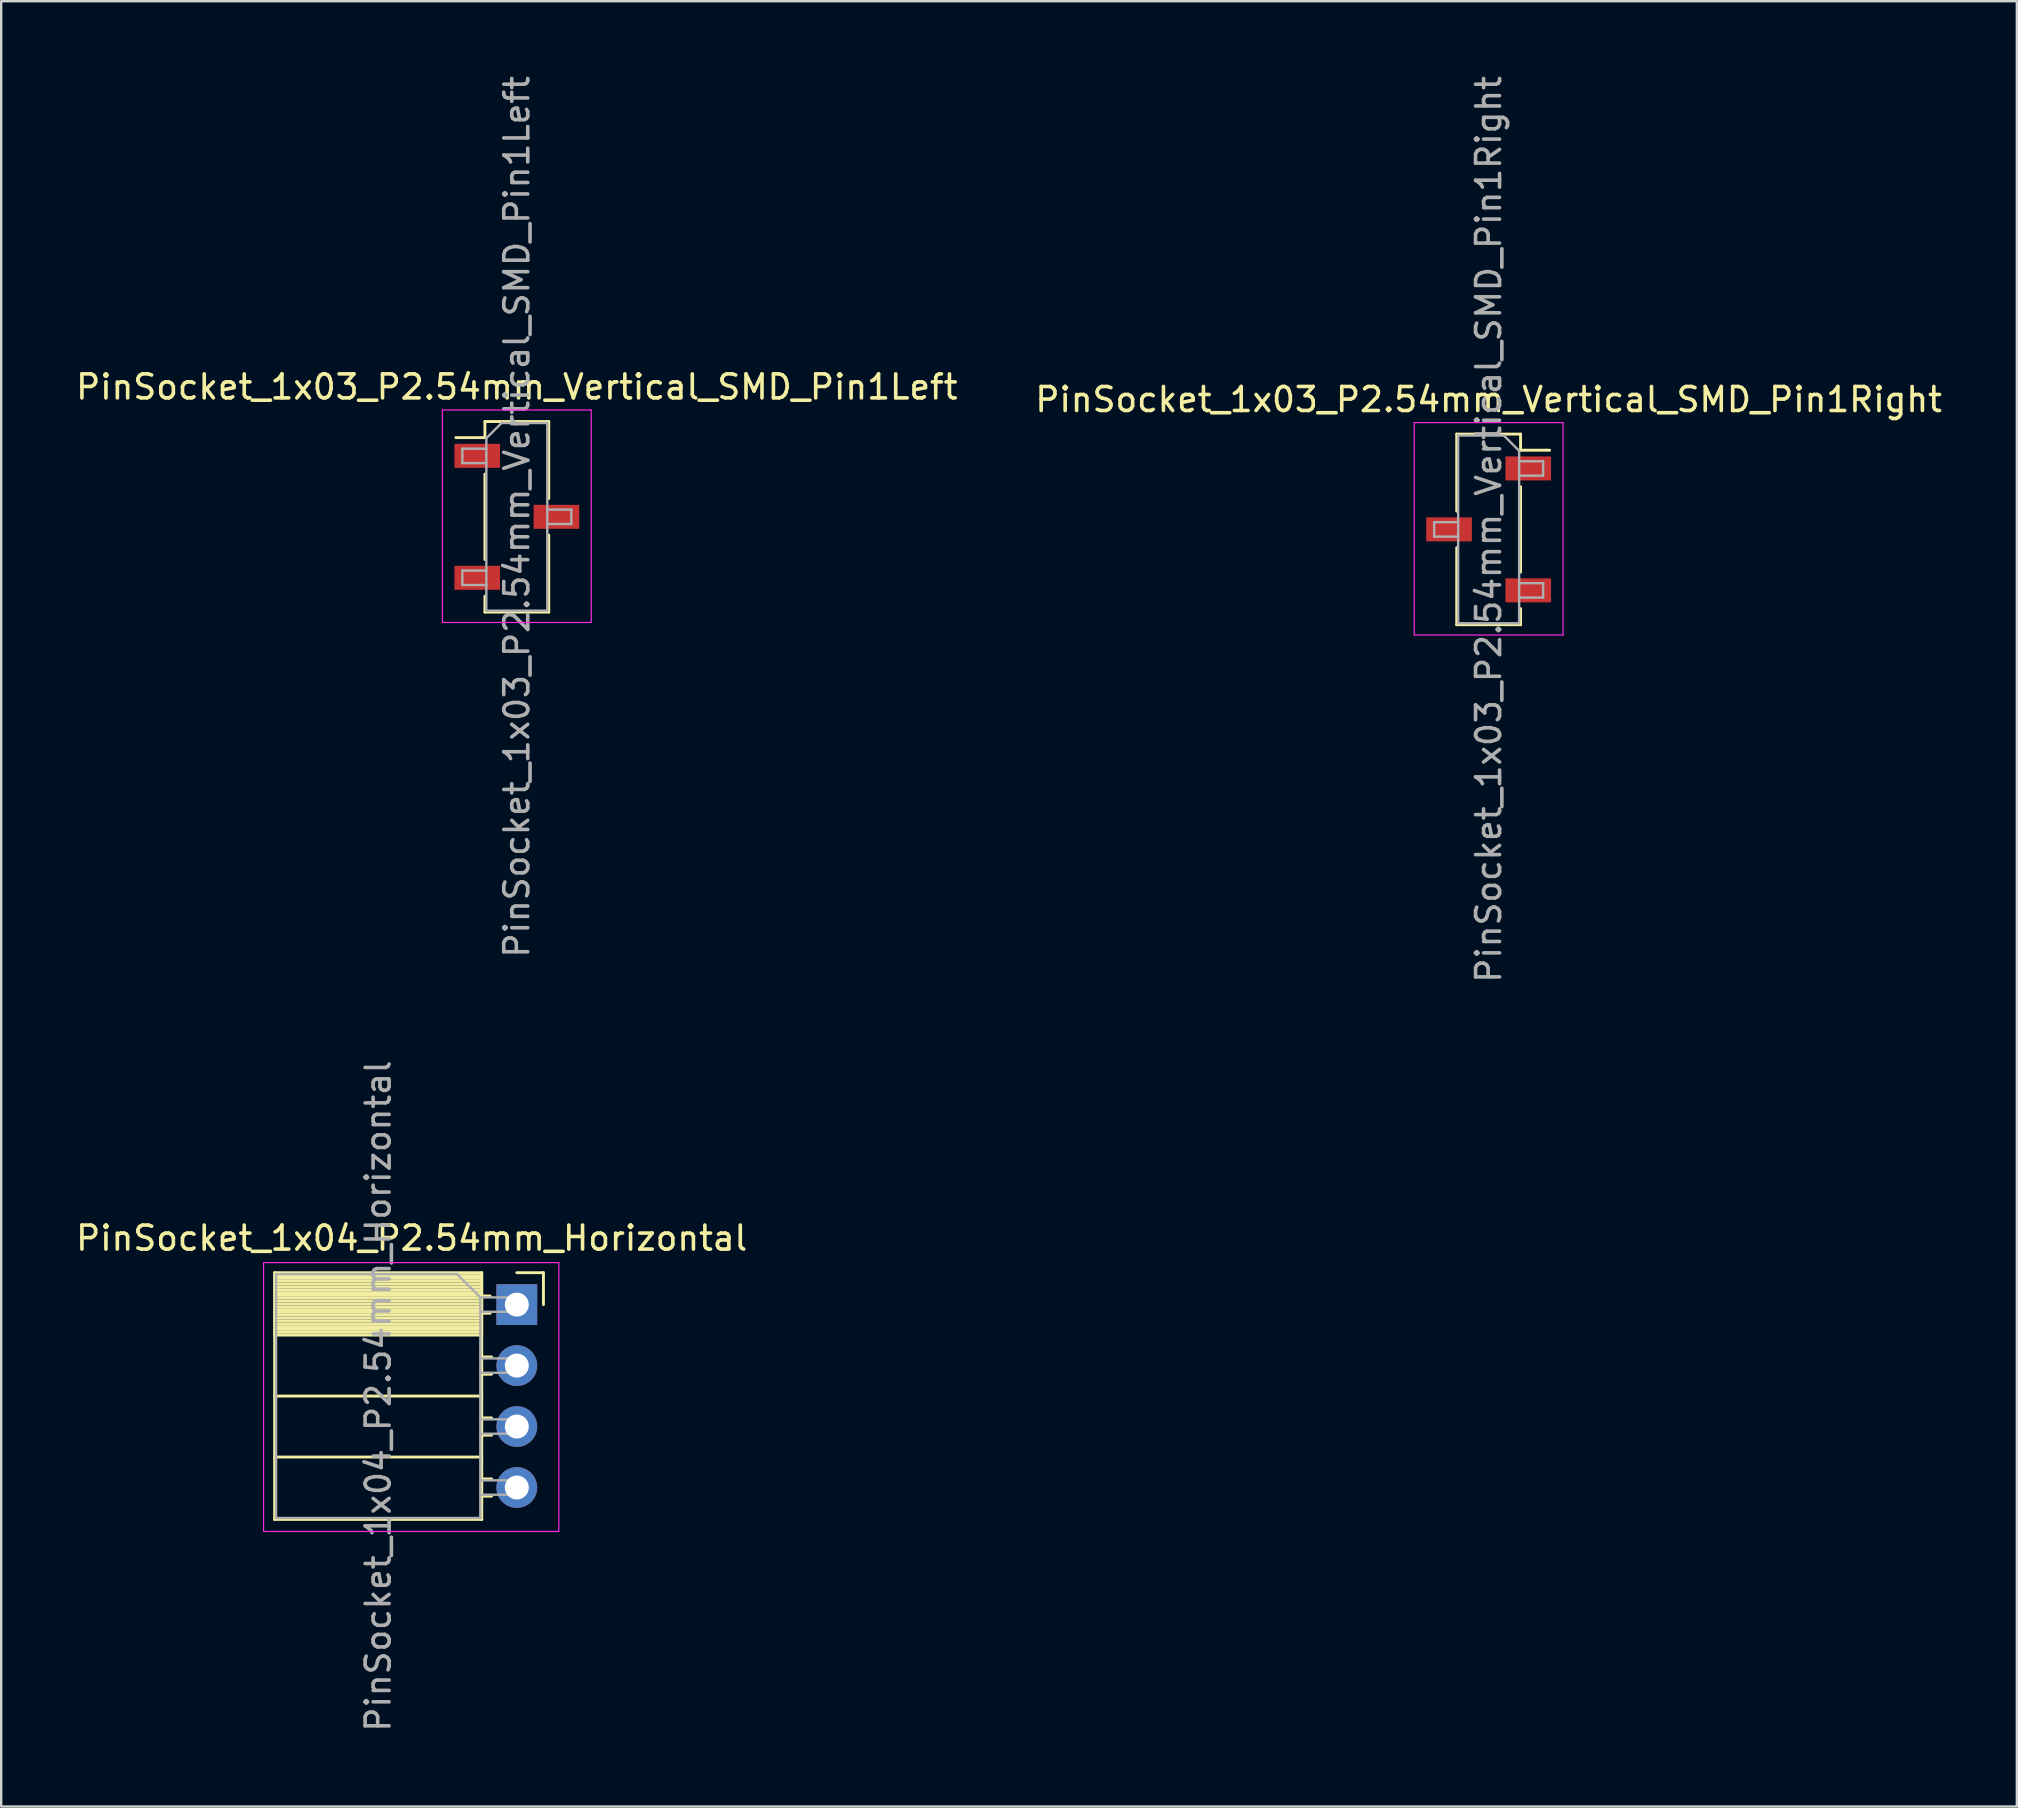
<source format=kicad_pcb>
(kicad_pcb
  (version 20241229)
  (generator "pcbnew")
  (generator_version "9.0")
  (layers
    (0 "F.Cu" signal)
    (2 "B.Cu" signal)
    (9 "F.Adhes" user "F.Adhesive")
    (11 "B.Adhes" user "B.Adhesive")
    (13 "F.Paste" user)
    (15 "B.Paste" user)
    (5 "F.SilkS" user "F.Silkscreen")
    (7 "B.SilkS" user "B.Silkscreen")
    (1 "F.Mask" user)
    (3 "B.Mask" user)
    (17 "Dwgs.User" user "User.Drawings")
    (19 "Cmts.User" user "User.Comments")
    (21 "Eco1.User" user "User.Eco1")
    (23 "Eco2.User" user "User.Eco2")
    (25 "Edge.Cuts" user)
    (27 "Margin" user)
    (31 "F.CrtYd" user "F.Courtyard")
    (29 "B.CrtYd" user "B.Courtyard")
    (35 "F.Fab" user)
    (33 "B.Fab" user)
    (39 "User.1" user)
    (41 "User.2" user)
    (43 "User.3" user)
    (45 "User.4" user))
  (footprint "PinSocket_1x04_P2.54mm_Horizontal"
    (layer "F.Cu")
    (at 18.481 51.303)
    (property "Reference" "PinSocket_1x04_P2.54mm_Horizontal" (at -4.38 -2.77 0) (layer "F.SilkS") (effects (font (size 1 1) (thickness 0.15))))
    (attr through_hole)
    (fp_line (start -10.09 -1.33) (end -10.09 8.95) (stroke (width 0.12) (type solid)) (layer "F.SilkS"))
    (fp_line (start -10.09 -1.33) (end -1.46 -1.33) (stroke (width 0.12) (type solid)) (layer "F.SilkS"))
    (fp_line (start -10.09 -1.21) (end -1.46 -1.21) (stroke (width 0.12) (type solid)) (layer "F.SilkS"))
    (fp_line (start -10.09 -1.092) (end -1.46 -1.092) (stroke (width 0.12) (type solid)) (layer "F.SilkS"))
    (fp_line (start -10.09 -0.974) (end -1.46 -0.974) (stroke (width 0.12) (type solid)) (layer "F.SilkS"))
    (fp_line (start -10.09 -0.856) (end -1.46 -0.856) (stroke (width 0.12) (type solid)) (layer "F.SilkS"))
    (fp_line (start -10.09 -0.738) (end -1.46 -0.738) (stroke (width 0.12) (type solid)) (layer "F.SilkS"))
    (fp_line (start -10.09 -0.62) (end -1.46 -0.62) (stroke (width 0.12) (type solid)) (layer "F.SilkS"))
    (fp_line (start -10.09 -0.501) (end -1.46 -0.501) (stroke (width 0.12) (type solid)) (layer "F.SilkS"))
    (fp_line (start -10.09 -0.383) (end -1.46 -0.383) (stroke (width 0.12) (type solid)) (layer "F.SilkS"))
    (fp_line (start -10.09 -0.265) (end -1.46 -0.265) (stroke (width 0.12) (type solid)) (layer "F.SilkS"))
    (fp_line (start -10.09 -0.147) (end -1.46 -0.147) (stroke (width 0.12) (type solid)) (layer "F.SilkS"))
    (fp_line (start -10.09 -0.029) (end -1.46 -0.029) (stroke (width 0.12) (type solid)) (layer "F.SilkS"))
    (fp_line (start -10.09 0.089) (end -1.46 0.089) (stroke (width 0.12) (type solid)) (layer "F.SilkS"))
    (fp_line (start -10.09 0.207) (end -1.46 0.207) (stroke (width 0.12) (type solid)) (layer "F.SilkS"))
    (fp_line (start -10.09 0.325) (end -1.46 0.325) (stroke (width 0.12) (type solid)) (layer "F.SilkS"))
    (fp_line (start -10.09 0.443) (end -1.46 0.443) (stroke (width 0.12) (type solid)) (layer "F.SilkS"))
    (fp_line (start -10.09 0.561) (end -1.46 0.561) (stroke (width 0.12) (type solid)) (layer "F.SilkS"))
    (fp_line (start -10.09 0.68) (end -1.46 0.68) (stroke (width 0.12) (type solid)) (layer "F.SilkS"))
    (fp_line (start -10.09 0.798) (end -1.46 0.798) (stroke (width 0.12) (type solid)) (layer "F.SilkS"))
    (fp_line (start -10.09 0.916) (end -1.46 0.916) (stroke (width 0.12) (type solid)) (layer "F.SilkS"))
    (fp_line (start -10.09 1.034) (end -1.46 1.034) (stroke (width 0.12) (type solid)) (layer "F.SilkS"))
    (fp_line (start -10.09 1.152) (end -1.46 1.152) (stroke (width 0.12) (type solid)) (layer "F.SilkS"))
    (fp_line (start -10.09 1.27) (end -1.46 1.27) (stroke (width 0.12) (type solid)) (layer "F.SilkS"))
    (fp_line (start -10.09 3.81) (end -1.46 3.81) (stroke (width 0.12) (type solid)) (layer "F.SilkS"))
    (fp_line (start -10.09 6.35) (end -1.46 6.35) (stroke (width 0.12) (type solid)) (layer "F.SilkS"))
    (fp_line (start -10.09 8.95) (end -1.46 8.95) (stroke (width 0.12) (type solid)) (layer "F.SilkS"))
    (fp_line (start -1.46 -1.33) (end -1.46 8.95) (stroke (width 0.12) (type solid)) (layer "F.SilkS"))
    (fp_line (start -1.46 -0.36) (end -1.11 -0.36) (stroke (width 0.12) (type solid)) (layer "F.SilkS"))
    (fp_line (start -1.46 0.36) (end -1.11 0.36) (stroke (width 0.12) (type solid)) (layer "F.SilkS"))
    (fp_line (start -1.46 2.18) (end -1.05 2.18) (stroke (width 0.12) (type solid)) (layer "F.SilkS"))
    (fp_line (start -1.46 2.9) (end -1.05 2.9) (stroke (width 0.12) (type solid)) (layer "F.SilkS"))
    (fp_line (start -1.46 4.72) (end -1.05 4.72) (stroke (width 0.12) (type solid)) (layer "F.SilkS"))
    (fp_line (start -1.46 5.44) (end -1.05 5.44) (stroke (width 0.12) (type solid)) (layer "F.SilkS"))
    (fp_line (start -1.46 7.26) (end -1.05 7.26) (stroke (width 0.12) (type solid)) (layer "F.SilkS"))
    (fp_line (start -1.46 7.98) (end -1.05 7.98) (stroke (width 0.12) (type solid)) (layer "F.SilkS"))
    (fp_line (start 0 -1.33) (end 1.11 -1.33) (stroke (width 0.12) (type solid)) (layer "F.SilkS"))
    (fp_line (start 1.11 -1.33) (end 1.11 0) (stroke (width 0.12) (type solid)) (layer "F.SilkS"))
    (fp_line (start -10.55 -1.75) (end -10.55 9.45) (stroke (width 0.05) (type solid)) (layer "F.CrtYd"))
    (fp_line (start -10.55 9.45) (end 1.75 9.45) (stroke (width 0.05) (type solid)) (layer "F.CrtYd"))
    (fp_line (start 1.75 -1.75) (end -10.55 -1.75) (stroke (width 0.05) (type solid)) (layer "F.CrtYd"))
    (fp_line (start 1.75 9.45) (end 1.75 -1.75) (stroke (width 0.05) (type solid)) (layer "F.CrtYd"))
    (fp_line (start -10.03 -1.27) (end -2.49 -1.27) (stroke (width 0.1) (type solid)) (layer "F.Fab"))
    (fp_line (start -10.03 8.89) (end -10.03 -1.27) (stroke (width 0.1) (type solid)) (layer "F.Fab"))
    (fp_line (start -2.49 -1.27) (end -1.52 -0.3) (stroke (width 0.1) (type solid)) (layer "F.Fab"))
    (fp_line (start -1.52 -0.3) (end -1.52 8.89) (stroke (width 0.1) (type solid)) (layer "F.Fab"))
    (fp_line (start -1.52 0.3) (end 0 0.3) (stroke (width 0.1) (type solid)) (layer "F.Fab"))
    (fp_line (start -1.52 2.84) (end 0 2.84) (stroke (width 0.1) (type solid)) (layer "F.Fab"))
    (fp_line (start -1.52 5.38) (end 0 5.38) (stroke (width 0.1) (type solid)) (layer "F.Fab"))
    (fp_line (start -1.52 7.92) (end 0 7.92) (stroke (width 0.1) (type solid)) (layer "F.Fab"))
    (fp_line (start -1.52 8.89) (end -10.03 8.89) (stroke (width 0.1) (type solid)) (layer "F.Fab"))
    (fp_line (start 0 -0.3) (end -1.52 -0.3) (stroke (width 0.1) (type solid)) (layer "F.Fab"))
    (fp_line (start 0 0.3) (end 0 -0.3) (stroke (width 0.1) (type solid)) (layer "F.Fab"))
    (fp_line (start 0 2.24) (end -1.52 2.24) (stroke (width 0.1) (type solid)) (layer "F.Fab"))
    (fp_line (start 0 2.84) (end 0 2.24) (stroke (width 0.1) (type solid)) (layer "F.Fab"))
    (fp_line (start 0 4.78) (end -1.52 4.78) (stroke (width 0.1) (type solid)) (layer "F.Fab"))
    (fp_line (start 0 5.38) (end 0 4.78) (stroke (width 0.1) (type solid)) (layer "F.Fab"))
    (fp_line (start 0 7.32) (end -1.52 7.32) (stroke (width 0.1) (type solid)) (layer "F.Fab"))
    (fp_line (start 0 7.92) (end 0 7.32) (stroke (width 0.1) (type solid)) (layer "F.Fab"))
    (fp_text user "${REFERENCE}" (at -5.775 3.81 90) (layer "F.Fab") (effects (font (size 1 1) (thickness 0.15))))
    (pad "1" thru_hole rect (at 0 0) (size 1.7 1.7) (drill 1) (layers "*.Cu" "*.Mask"))
    (pad "2" thru_hole oval (at 0 2.54) (size 1.7 1.7) (drill 1) (layers "*.Cu" "*.Mask"))
    (pad "3" thru_hole oval (at 0 5.08) (size 1.7 1.7) (drill 1) (layers "*.Cu" "*.Mask"))
    (pad "4" thru_hole oval (at 0 7.62) (size 1.7 1.7) (drill 1) (layers "*.Cu" "*.Mask")))
  (footprint "PinSocket_1x03_P2.54mm_Vertical_SMD_Pin1Left"
    (layer "F.Cu")
    (at 18.482 18.482)
    (property "Reference" "PinSocket_1x03_P2.54mm_Vertical_SMD_Pin1Left" (at 0 -5.41 0) (layer "F.SilkS") (effects (font (size 1 1) (thickness 0.15))))
    (attr smd)
    (fp_line (start -2.54 -3.3) (end -1.33 -3.3) (stroke (width 0.12) (type solid)) (layer "F.SilkS"))
    (fp_line (start -1.33 -3.97) (end -1.33 -3.3) (stroke (width 0.12) (type solid)) (layer "F.SilkS"))
    (fp_line (start -1.33 -3.97) (end 1.33 -3.97) (stroke (width 0.12) (type solid)) (layer "F.SilkS"))
    (fp_line (start -1.33 -1.78) (end -1.33 1.78) (stroke (width 0.12) (type solid)) (layer "F.SilkS"))
    (fp_line (start -1.33 3.3) (end -1.33 3.97) (stroke (width 0.12) (type solid)) (layer "F.SilkS"))
    (fp_line (start -1.33 3.97) (end 1.33 3.97) (stroke (width 0.12) (type solid)) (layer "F.SilkS"))
    (fp_line (start 1.33 -3.97) (end 1.33 -0.76) (stroke (width 0.12) (type solid)) (layer "F.SilkS"))
    (fp_line (start 1.33 0.76) (end 1.33 3.97) (stroke (width 0.12) (type solid)) (layer "F.SilkS"))
    (fp_line (start -3.1 -4.45) (end 3.1 -4.45) (stroke (width 0.05) (type solid)) (layer "F.CrtYd"))
    (fp_line (start -3.1 4.4) (end -3.1 -4.45) (stroke (width 0.05) (type solid)) (layer "F.CrtYd"))
    (fp_line (start 3.1 -4.45) (end 3.1 4.4) (stroke (width 0.05) (type solid)) (layer "F.CrtYd"))
    (fp_line (start 3.1 4.4) (end -3.1 4.4) (stroke (width 0.05) (type solid)) (layer "F.CrtYd"))
    (fp_line (start -2.27 -2.84) (end -1.27 -2.84) (stroke (width 0.1) (type solid)) (layer "F.Fab"))
    (fp_line (start -2.27 -2.24) (end -2.27 -2.84) (stroke (width 0.1) (type solid)) (layer "F.Fab"))
    (fp_line (start -2.27 2.24) (end -1.27 2.24) (stroke (width 0.1) (type solid)) (layer "F.Fab"))
    (fp_line (start -2.27 2.84) (end -2.27 2.24) (stroke (width 0.1) (type solid)) (layer "F.Fab"))
    (fp_line (start -1.27 -3.275) (end -0.635 -3.91) (stroke (width 0.1) (type solid)) (layer "F.Fab"))
    (fp_line (start -1.27 -2.24) (end -2.27 -2.24) (stroke (width 0.1) (type solid)) (layer "F.Fab"))
    (fp_line (start -1.27 2.84) (end -2.27 2.84) (stroke (width 0.1) (type solid)) (layer "F.Fab"))
    (fp_line (start -1.27 3.91) (end -1.27 -3.275) (stroke (width 0.1) (type solid)) (layer "F.Fab"))
    (fp_line (start -0.635 -3.91) (end 1.27 -3.91) (stroke (width 0.1) (type solid)) (layer "F.Fab"))
    (fp_line (start 1.27 -3.91) (end 1.27 3.91) (stroke (width 0.1) (type solid)) (layer "F.Fab"))
    (fp_line (start 1.27 -0.3) (end 2.27 -0.3) (stroke (width 0.1) (type solid)) (layer "F.Fab"))
    (fp_line (start 1.27 3.91) (end -1.27 3.91) (stroke (width 0.1) (type solid)) (layer "F.Fab"))
    (fp_line (start 2.27 -0.3) (end 2.27 0.3) (stroke (width 0.1) (type solid)) (layer "F.Fab"))
    (fp_line (start 2.27 0.3) (end 1.27 0.3) (stroke (width 0.1) (type solid)) (layer "F.Fab"))
    (fp_text user "${REFERENCE}" (at 0 0 90) (layer "F.Fab") (effects (font (size 1 1) (thickness 0.15))))
    (pad "1" smd rect (at -1.65 -2.54) (size 1.9 1) (layers "F.Cu" "F.Mask" "F.Paste"))
    (pad "2" smd rect (at 1.65 0) (size 1.9 1) (layers "F.Cu" "F.Mask" "F.Paste"))
    (pad "3" smd rect (at -1.65 2.54) (size 1.9 1) (layers "F.Cu" "F.Mask" "F.Paste")))
  (footprint "PinSocket_1x03_P2.54mm_Vertical_SMD_Pin1Right"
    (layer "F.Cu")
    (at 58.97 19.006)
    (property "Reference" "PinSocket_1x03_P2.54mm_Vertical_SMD_Pin1Right" (at 0 -5.41 0) (layer "F.SilkS") (effects (font (size 1 1) (thickness 0.15))))
    (attr smd)
    (fp_line (start -1.33 -3.97) (end -1.33 -0.76) (stroke (width 0.12) (type solid)) (layer "F.SilkS"))
    (fp_line (start -1.33 -3.97) (end 1.33 -3.97) (stroke (width 0.12) (type solid)) (layer "F.SilkS"))
    (fp_line (start -1.33 0.76) (end -1.33 3.97) (stroke (width 0.12) (type solid)) (layer "F.SilkS"))
    (fp_line (start -1.33 3.97) (end 1.33 3.97) (stroke (width 0.12) (type solid)) (layer "F.SilkS"))
    (fp_line (start 1.33 -3.97) (end 1.33 -3.3) (stroke (width 0.12) (type solid)) (layer "F.SilkS"))
    (fp_line (start 1.33 -3.3) (end 2.54 -3.3) (stroke (width 0.12) (type solid)) (layer "F.SilkS"))
    (fp_line (start 1.33 -1.78) (end 1.33 1.78) (stroke (width 0.12) (type solid)) (layer "F.SilkS"))
    (fp_line (start 1.33 3.3) (end 1.33 3.97) (stroke (width 0.12) (type solid)) (layer "F.SilkS"))
    (fp_line (start -3.1 -4.45) (end 3.1 -4.45) (stroke (width 0.05) (type solid)) (layer "F.CrtYd"))
    (fp_line (start -3.1 4.4) (end -3.1 -4.45) (stroke (width 0.05) (type solid)) (layer "F.CrtYd"))
    (fp_line (start 3.1 -4.45) (end 3.1 4.4) (stroke (width 0.05) (type solid)) (layer "F.CrtYd"))
    (fp_line (start 3.1 4.4) (end -3.1 4.4) (stroke (width 0.05) (type solid)) (layer "F.CrtYd"))
    (fp_line (start -2.27 -0.3) (end -1.27 -0.3) (stroke (width 0.1) (type solid)) (layer "F.Fab"))
    (fp_line (start -2.27 0.3) (end -2.27 -0.3) (stroke (width 0.1) (type solid)) (layer "F.Fab"))
    (fp_line (start -1.27 -3.91) (end 0.635 -3.91) (stroke (width 0.1) (type solid)) (layer "F.Fab"))
    (fp_line (start -1.27 0.3) (end -2.27 0.3) (stroke (width 0.1) (type solid)) (layer "F.Fab"))
    (fp_line (start -1.27 3.91) (end -1.27 -3.91) (stroke (width 0.1) (type solid)) (layer "F.Fab"))
    (fp_line (start 0.635 -3.91) (end 1.27 -3.275) (stroke (width 0.1) (type solid)) (layer "F.Fab"))
    (fp_line (start 1.27 -3.275) (end 1.27 3.91) (stroke (width 0.1) (type solid)) (layer "F.Fab"))
    (fp_line (start 1.27 -2.84) (end 2.27 -2.84) (stroke (width 0.1) (type solid)) (layer "F.Fab"))
    (fp_line (start 1.27 2.24) (end 2.27 2.24) (stroke (width 0.1) (type solid)) (layer "F.Fab"))
    (fp_line (start 1.27 3.91) (end -1.27 3.91) (stroke (width 0.1) (type solid)) (layer "F.Fab"))
    (fp_line (start 2.27 -2.84) (end 2.27 -2.24) (stroke (width 0.1) (type solid)) (layer "F.Fab"))
    (fp_line (start 2.27 -2.24) (end 1.27 -2.24) (stroke (width 0.1) (type solid)) (layer "F.Fab"))
    (fp_line (start 2.27 2.24) (end 2.27 2.84) (stroke (width 0.1) (type solid)) (layer "F.Fab"))
    (fp_line (start 2.27 2.84) (end 1.27 2.84) (stroke (width 0.1) (type solid)) (layer "F.Fab"))
    (fp_text user "${REFERENCE}" (at 0 0 90) (layer "F.Fab") (effects (font (size 1 1) (thickness 0.15))))
    (pad "1" smd rect (at 1.65 -2.54) (size 1.9 1) (layers "F.Cu" "F.Mask" "F.Paste"))
    (pad "2" smd rect (at -1.65 0) (size 1.9 1) (layers "F.Cu" "F.Mask" "F.Paste"))
    (pad "3" smd rect (at 1.65 2.54) (size 1.9 1) (layers "F.Cu" "F.Mask" "F.Paste")))
  (gr_rect
    (start -3 -3)
    (end 80.976 72.214)
    (stroke (width 0.1) (type default))
    (fill no)
    (layer "Edge.Cuts")))
</source>
